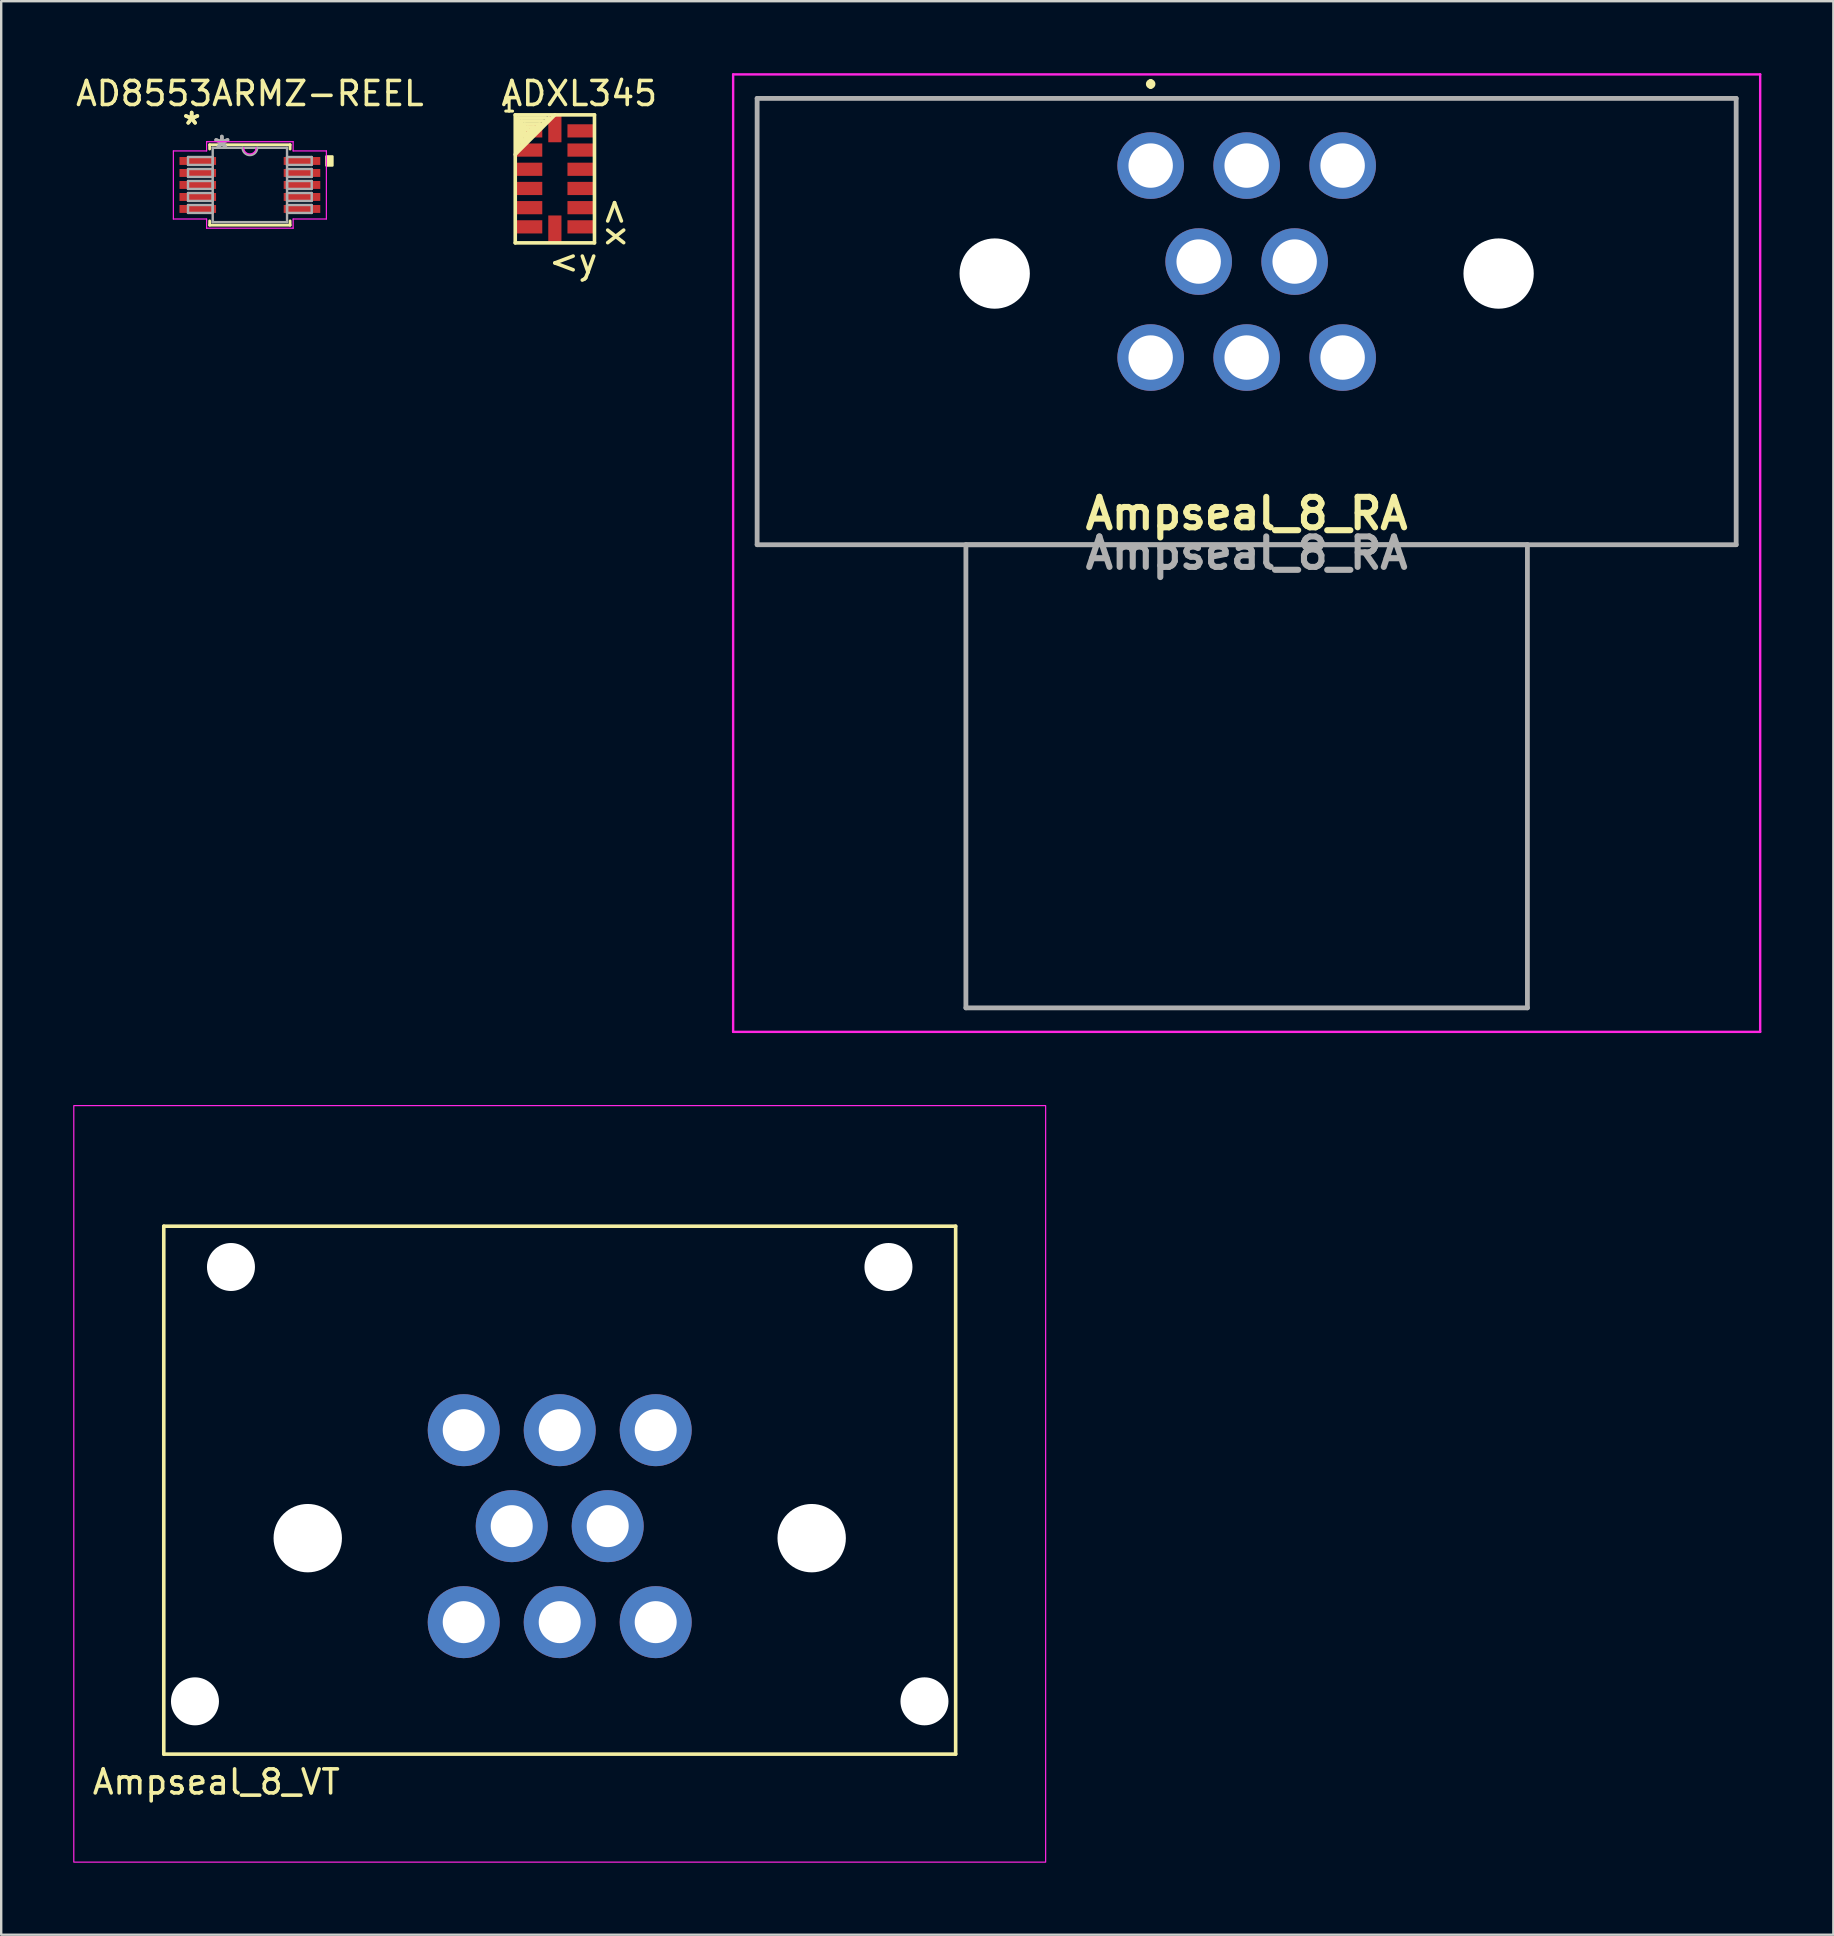
<source format=kicad_pcb>
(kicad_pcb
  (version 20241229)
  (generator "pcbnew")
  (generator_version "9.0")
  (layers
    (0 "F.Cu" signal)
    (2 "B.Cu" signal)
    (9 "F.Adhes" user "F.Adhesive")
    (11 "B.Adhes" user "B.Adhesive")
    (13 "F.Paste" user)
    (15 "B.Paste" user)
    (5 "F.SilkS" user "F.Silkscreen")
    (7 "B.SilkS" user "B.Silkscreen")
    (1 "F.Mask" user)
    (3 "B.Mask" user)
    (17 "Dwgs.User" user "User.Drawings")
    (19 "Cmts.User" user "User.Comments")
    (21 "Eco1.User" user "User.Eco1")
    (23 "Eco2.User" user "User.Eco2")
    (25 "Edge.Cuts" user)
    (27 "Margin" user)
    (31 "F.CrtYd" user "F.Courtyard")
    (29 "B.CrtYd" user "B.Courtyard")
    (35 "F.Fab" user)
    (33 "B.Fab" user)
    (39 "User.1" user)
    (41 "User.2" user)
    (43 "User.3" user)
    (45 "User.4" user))
  (footprint "AD8553ARMZ-REEL"
    (layer "F.Cu")
    (at 7.363 4.658)
    (property "Reference" "AD8553ARMZ-REEL" (at 0 -3.81 0) (layer "F.SilkS") (effects (font (size 1 1) (thickness 0.15))))
    (attr through_hole)
    (fp_line (start -1.676 -1.676) (end -1.676 -1.498) (stroke (width 0.12) (type solid)) (layer "F.SilkS"))
    (fp_line (start -1.676 1.498) (end -1.676 1.676) (stroke (width 0.12) (type solid)) (layer "F.SilkS"))
    (fp_line (start -1.676 1.676) (end 1.676 1.676) (stroke (width 0.12) (type solid)) (layer "F.SilkS"))
    (fp_line (start 1.676 -1.676) (end -1.676 -1.676) (stroke (width 0.12) (type solid)) (layer "F.SilkS"))
    (fp_line (start 1.676 -1.498) (end 1.676 -1.676) (stroke (width 0.12) (type solid)) (layer "F.SilkS"))
    (fp_line (start 1.676 1.676) (end 1.676 1.498) (stroke (width 0.12) (type solid)) (layer "F.SilkS"))
    (fp_poly (pts (xy 3.442 -1.191) (xy 3.442 -0.81) (xy 3.188 -0.81) (xy 3.188 -1.191)) (stroke (width 0.1) (type solid)) (fill yes) (layer "F.SilkS"))
    (fp_line (start -3.188 -1.419) (end -1.803 -1.419) (stroke (width 0.05) (type solid)) (layer "F.CrtYd"))
    (fp_line (start -3.188 1.419) (end -3.188 -1.419) (stroke (width 0.05) (type solid)) (layer "F.CrtYd"))
    (fp_line (start -1.803 -1.803) (end 1.803 -1.803) (stroke (width 0.05) (type solid)) (layer "F.CrtYd"))
    (fp_line (start -1.803 -1.419) (end -1.803 -1.803) (stroke (width 0.05) (type solid)) (layer "F.CrtYd"))
    (fp_line (start -1.803 1.419) (end -3.188 1.419) (stroke (width 0.05) (type solid)) (layer "F.CrtYd"))
    (fp_line (start -1.803 1.803) (end -1.803 1.419) (stroke (width 0.05) (type solid)) (layer "F.CrtYd"))
    (fp_line (start 1.803 -1.803) (end 1.803 -1.419) (stroke (width 0.05) (type solid)) (layer "F.CrtYd"))
    (fp_line (start 1.803 -1.419) (end 3.188 -1.419) (stroke (width 0.05) (type solid)) (layer "F.CrtYd"))
    (fp_line (start 1.803 1.419) (end 1.803 1.803) (stroke (width 0.05) (type solid)) (layer "F.CrtYd"))
    (fp_line (start 1.803 1.803) (end -1.803 1.803) (stroke (width 0.05) (type solid)) (layer "F.CrtYd"))
    (fp_line (start 3.188 -1.419) (end 3.188 1.419) (stroke (width 0.05) (type solid)) (layer "F.CrtYd"))
    (fp_line (start 3.188 1.419) (end 1.803 1.419) (stroke (width 0.05) (type solid)) (layer "F.CrtYd"))
    (fp_arc (start 0.258233 -1.5494) (mid 0 -1.291167) (end -0.258233 -1.5494) (stroke (width 0.05) (type solid)) (layer "F.CrtYd"))
    (fp_line (start -2.578 -1.165) (end -2.578 -0.835) (stroke (width 0.1) (type solid)) (layer "F.Fab"))
    (fp_line (start -2.578 -0.835) (end -1.549 -0.835) (stroke (width 0.1) (type solid)) (layer "F.Fab"))
    (fp_line (start -2.578 -0.665) (end -2.578 -0.335) (stroke (width 0.1) (type solid)) (layer "F.Fab"))
    (fp_line (start -2.578 -0.335) (end -1.549 -0.335) (stroke (width 0.1) (type solid)) (layer "F.Fab"))
    (fp_line (start -2.578 -0.165) (end -2.578 0.165) (stroke (width 0.1) (type solid)) (layer "F.Fab"))
    (fp_line (start -2.578 0.165) (end -1.549 0.165) (stroke (width 0.1) (type solid)) (layer "F.Fab"))
    (fp_line (start -2.578 0.335) (end -2.578 0.665) (stroke (width 0.1) (type solid)) (layer "F.Fab"))
    (fp_line (start -2.578 0.665) (end -1.549 0.665) (stroke (width 0.1) (type solid)) (layer "F.Fab"))
    (fp_line (start -2.578 0.835) (end -2.578 1.165) (stroke (width 0.1) (type solid)) (layer "F.Fab"))
    (fp_line (start -2.578 1.165) (end -1.549 1.165) (stroke (width 0.1) (type solid)) (layer "F.Fab"))
    (fp_line (start -1.549 -1.549) (end -1.549 1.549) (stroke (width 0.1) (type solid)) (layer "F.Fab"))
    (fp_line (start -1.549 -1.165) (end -2.578 -1.165) (stroke (width 0.1) (type solid)) (layer "F.Fab"))
    (fp_line (start -1.549 -0.835) (end -1.549 -1.165) (stroke (width 0.1) (type solid)) (layer "F.Fab"))
    (fp_line (start -1.549 -0.665) (end -2.578 -0.665) (stroke (width 0.1) (type solid)) (layer "F.Fab"))
    (fp_line (start -1.549 -0.335) (end -1.549 -0.665) (stroke (width 0.1) (type solid)) (layer "F.Fab"))
    (fp_line (start -1.549 -0.165) (end -2.578 -0.165) (stroke (width 0.1) (type solid)) (layer "F.Fab"))
    (fp_line (start -1.549 0.165) (end -1.549 -0.165) (stroke (width 0.1) (type solid)) (layer "F.Fab"))
    (fp_line (start -1.549 0.335) (end -2.578 0.335) (stroke (width 0.1) (type solid)) (layer "F.Fab"))
    (fp_line (start -1.549 0.665) (end -1.549 0.335) (stroke (width 0.1) (type solid)) (layer "F.Fab"))
    (fp_line (start -1.549 0.835) (end -2.578 0.835) (stroke (width 0.1) (type solid)) (layer "F.Fab"))
    (fp_line (start -1.549 1.165) (end -1.549 0.835) (stroke (width 0.1) (type solid)) (layer "F.Fab"))
    (fp_line (start -1.549 1.549) (end 1.549 1.549) (stroke (width 0.1) (type solid)) (layer "F.Fab"))
    (fp_line (start 1.549 -1.549) (end -1.549 -1.549) (stroke (width 0.1) (type solid)) (layer "F.Fab"))
    (fp_line (start 1.549 -1.165) (end 1.549 -0.835) (stroke (width 0.1) (type solid)) (layer "F.Fab"))
    (fp_line (start 1.549 -0.835) (end 2.578 -0.835) (stroke (width 0.1) (type solid)) (layer "F.Fab"))
    (fp_line (start 1.549 -0.665) (end 1.549 -0.335) (stroke (width 0.1) (type solid)) (layer "F.Fab"))
    (fp_line (start 1.549 -0.335) (end 2.578 -0.335) (stroke (width 0.1) (type solid)) (layer "F.Fab"))
    (fp_line (start 1.549 -0.165) (end 1.549 0.165) (stroke (width 0.1) (type solid)) (layer "F.Fab"))
    (fp_line (start 1.549 0.165) (end 2.578 0.165) (stroke (width 0.1) (type solid)) (layer "F.Fab"))
    (fp_line (start 1.549 0.335) (end 1.549 0.665) (stroke (width 0.1) (type solid)) (layer "F.Fab"))
    (fp_line (start 1.549 0.665) (end 2.578 0.665) (stroke (width 0.1) (type solid)) (layer "F.Fab"))
    (fp_line (start 1.549 0.835) (end 1.549 1.165) (stroke (width 0.1) (type solid)) (layer "F.Fab"))
    (fp_line (start 1.549 1.165) (end 2.578 1.165) (stroke (width 0.1) (type solid)) (layer "F.Fab"))
    (fp_line (start 1.549 1.549) (end 1.549 -1.549) (stroke (width 0.1) (type solid)) (layer "F.Fab"))
    (fp_line (start 2.578 -1.165) (end 1.549 -1.165) (stroke (width 0.1) (type solid)) (layer "F.Fab"))
    (fp_line (start 2.578 -0.835) (end 2.578 -1.165) (stroke (width 0.1) (type solid)) (layer "F.Fab"))
    (fp_line (start 2.578 -0.665) (end 1.549 -0.665) (stroke (width 0.1) (type solid)) (layer "F.Fab"))
    (fp_line (start 2.578 -0.335) (end 2.578 -0.665) (stroke (width 0.1) (type solid)) (layer "F.Fab"))
    (fp_line (start 2.578 -0.165) (end 1.549 -0.165) (stroke (width 0.1) (type solid)) (layer "F.Fab"))
    (fp_line (start 2.578 0.165) (end 2.578 -0.165) (stroke (width 0.1) (type solid)) (layer "F.Fab"))
    (fp_line (start 2.578 0.335) (end 1.549 0.335) (stroke (width 0.1) (type solid)) (layer "F.Fab"))
    (fp_line (start 2.578 0.665) (end 2.578 0.335) (stroke (width 0.1) (type solid)) (layer "F.Fab"))
    (fp_line (start 2.578 0.835) (end 1.549 0.835) (stroke (width 0.1) (type solid)) (layer "F.Fab"))
    (fp_line (start 2.578 1.165) (end 2.578 0.835) (stroke (width 0.1) (type solid)) (layer "F.Fab"))
    (fp_arc (start 0.3048 -1.5494) (mid 0 -1.2446) (end -0.3048 -1.5494) (stroke (width 0.1) (type solid)) (layer "F.Fab"))
    (fp_text user "*" (at -2.426 -2.473 0) (layer "F.SilkS") (effects (font (size 1 1) (thickness 0.15))))
    (fp_text user "*" (at -2.426 -2.473 0) (layer "F.SilkS") (effects (font (size 1 1) (thickness 0.15))))
    (fp_text user "Copyright 2021 Accelerated Designs. All rights reserved." (at 0 0 0) (layer "Cmts.User") (effects (font (size 0.127 0.127) (thickness 0.002))))
    (fp_text user "*" (at -1.168 -1.473 0) (layer "F.Fab") (effects (font (size 1 1) (thickness 0.15))))
    (fp_text user "*" (at -1.168 -1.473 0) (layer "F.Fab") (effects (font (size 1 1) (thickness 0.15))))
    (pad "1" smd rect (at -2.172 -1) (size 1.524 0.33) (layers "F.Cu" "F.Mask" "F.Paste"))
    (pad "2" smd rect (at -2.172 -0.5) (size 1.524 0.33) (layers "F.Cu" "F.Mask" "F.Paste"))
    (pad "3" smd rect (at -2.172 0) (size 1.524 0.33) (layers "F.Cu" "F.Mask" "F.Paste"))
    (pad "4" smd rect (at -2.172 0.5) (size 1.524 0.33) (layers "F.Cu" "F.Mask" "F.Paste"))
    (pad "5" smd rect (at -2.172 1) (size 1.524 0.33) (layers "F.Cu" "F.Mask" "F.Paste"))
    (pad "6" smd rect (at 2.172 1) (size 1.524 0.33) (layers "F.Cu" "F.Mask" "F.Paste"))
    (pad "7" smd rect (at 2.172 0.5) (size 1.524 0.33) (layers "F.Cu" "F.Mask" "F.Paste"))
    (pad "8" smd rect (at 2.172 0) (size 1.524 0.33) (layers "F.Cu" "F.Mask" "F.Paste"))
    (pad "9" smd rect (at 2.172 -0.5) (size 1.524 0.33) (layers "F.Cu" "F.Mask" "F.Paste"))
    (pad "10" smd rect (at 2.172 -1) (size 1.524 0.33) (layers "F.Cu" "F.Mask" "F.Paste")))
  (footprint "ADXL345"
    (layer "F.Cu")
    (at 20.073 4.404)
    (property "Reference" "ADXL345" (at 1.016 -3.556 0) (layer "F.SilkS") (effects (font (size 1 1) (thickness 0.15))))
    (attr through_hole)
    (fp_line (start -1.651 -2.667) (end 1.651 -2.667) (stroke (width 0.15) (type solid)) (layer "F.SilkS"))
    (fp_line (start -1.651 2.667) (end -1.651 -2.667) (stroke (width 0.15) (type solid)) (layer "F.SilkS"))
    (fp_line (start -1.524 -2.54) (end -1.524 -1.27) (stroke (width 0.15) (type solid)) (layer "F.SilkS"))
    (fp_line (start -1.524 -1.27) (end -0.254 -2.54) (stroke (width 0.15) (type solid)) (layer "F.SilkS"))
    (fp_line (start -1.397 -2.413) (end -1.397 -1.524) (stroke (width 0.15) (type solid)) (layer "F.SilkS"))
    (fp_line (start -1.397 -1.524) (end -0.635 -2.286) (stroke (width 0.15) (type solid)) (layer "F.SilkS"))
    (fp_line (start -1.27 -2.286) (end -1.27 -1.778) (stroke (width 0.15) (type solid)) (layer "F.SilkS"))
    (fp_line (start -1.27 -1.778) (end -0.889 -2.159) (stroke (width 0.15) (type solid)) (layer "F.SilkS"))
    (fp_line (start -1.143 -2.159) (end -1.143 -2.032) (stroke (width 0.15) (type solid)) (layer "F.SilkS"))
    (fp_line (start -0.889 -2.159) (end -1.143 -2.159) (stroke (width 0.15) (type solid)) (layer "F.SilkS"))
    (fp_line (start -0.635 -2.286) (end -1.27 -2.286) (stroke (width 0.15) (type solid)) (layer "F.SilkS"))
    (fp_line (start -0.508 -2.413) (end -1.397 -2.413) (stroke (width 0.15) (type solid)) (layer "F.SilkS"))
    (fp_line (start -0.381 -2.54) (end -1.524 -2.54) (stroke (width 0.15) (type solid)) (layer "F.SilkS"))
    (fp_line (start 0 -2.667) (end -1.651 -1.016) (stroke (width 0.15) (type solid)) (layer "F.SilkS"))
    (fp_line (start 1.651 -2.667) (end 1.651 2.667) (stroke (width 0.15) (type solid)) (layer "F.SilkS"))
    (fp_line (start 1.651 2.667) (end -1.651 2.667) (stroke (width 0.15) (type solid)) (layer "F.SilkS"))
    (fp_text user "x>" (at 2.413 1.778 90) (layer "F.SilkS") (effects (font (size 1 1) (thickness 0.15))))
    (fp_text user "1" (at -1.905 -3.048 0) (layer "F.SilkS") (effects (font (size 0.5 0.5) (thickness 0.125))))
    (fp_text user "<y" (at 0.762 3.429 0) (layer "F.SilkS") (effects (font (size 1 1) (thickness 0.15))))
    (pad "" smd rect (at -1.097 -0.4) (size 1.145 0.55) (layers "F.Cu" "F.Mask" "F.Paste"))
    (pad "" smd rect (at 1.097 -0.4) (size 1.145 0.55) (layers "F.Cu" "F.Mask" "F.Paste"))
    (pad "" smd rect (at 1.097 0.4) (size 1.145 0.55) (layers "F.Cu" "F.Mask" "F.Paste"))
    (pad "1" smd rect (at -1.097 -2) (size 1.145 0.55) (layers "F.Cu" "F.Mask" "F.Paste"))
    (pad "2" smd rect (at -1.097 -1.2) (size 1.145 0.55) (layers "F.Cu" "F.Mask" "F.Paste"))
    (pad "4" smd rect (at -1.097 0.4) (size 1.145 0.55) (layers "F.Cu" "F.Mask" "F.Paste"))
    (pad "5" smd rect (at -1.097 1.2) (size 1.145 0.55) (layers "F.Cu" "F.Mask" "F.Paste"))
    (pad "6" smd rect (at -1.097 2) (size 1.145 0.55) (layers "F.Cu" "F.Mask" "F.Paste"))
    (pad "7" smd rect (at 0 2.098) (size 0.55 1.145) (layers "F.Cu" "F.Mask" "F.Paste"))
    (pad "8" smd rect (at 1.097 2) (size 1.145 0.55) (layers "F.Cu" "F.Mask" "F.Paste"))
    (pad "9" smd rect (at 1.097 1.2) (size 1.145 0.55) (layers "F.Cu" "F.Mask" "F.Paste"))
    (pad "12" smd rect (at 1.097 -1.2) (size 1.145 0.55) (layers "F.Cu" "F.Mask" "F.Paste"))
    (pad "13" smd rect (at 1.097 -2) (size 1.145 0.55) (layers "F.Cu" "F.Mask" "F.Paste"))
    (pad "14" smd rect (at 0 -2.098) (size 0.55 1.145) (layers "F.Cu" "F.Mask" "F.Paste")))
  (footprint "Ampseal_8_VT"
    (layer "F.Cu")
    (at 9.775 61.05)
    (property "Reference" "Ampseal_8_VT" (at -3.81 10.16 0) (layer "F.SilkS") (effects (font (size 1 1) (thickness 0.15))))
    (attr through_hole)
    (fp_line (start -6 -13) (end 27 -13) (stroke (width 0.15) (type solid)) (layer "F.SilkS"))
    (fp_line (start -6 9) (end -6 -13) (stroke (width 0.15) (type solid)) (layer "F.SilkS"))
    (fp_line (start 27 -13) (end 27 9) (stroke (width 0.15) (type solid)) (layer "F.SilkS"))
    (fp_line (start 27 9) (end -6 9) (stroke (width 0.15) (type solid)) (layer "F.SilkS"))
    (fp_rect (start -9.75 -18.025) (end 30.75 13.5) (stroke (width 0.05) (type default)) (fill no) (layer "F.CrtYd"))
    (pad "" np_thru_hole circle (at -4.7 6.8) (size 2 2) (drill 2) (layers "*.Cu" "*.Mask"))
    (pad "" np_thru_hole circle (at -3.2 -11.3) (size 2 2) (drill 2) (layers "*.Cu" "*.Mask"))
    (pad "" np_thru_hole circle (at 0 0) (size 2.85 2.85) (drill 2.85) (layers "*.Cu" "*.Mask"))
    (pad "" np_thru_hole circle (at 21 0) (size 2.85 2.85) (drill 2.85) (layers "*.Cu" "*.Mask"))
    (pad "" np_thru_hole circle (at 24.2 -11.3) (size 2 2) (drill 2) (layers "*.Cu" "*.Mask"))
    (pad "" np_thru_hole circle (at 25.7 6.8) (size 2 2) (drill 2) (layers "*.Cu" "*.Mask"))
    (pad "1" thru_hole circle (at 6.5 -4.5) (size 3 3) (drill 1.75) (layers "*.Cu" "*.Mask"))
    (pad "2" thru_hole circle (at 10.5 -4.5) (size 3 3) (drill 1.75) (layers "*.Cu" "*.Mask"))
    (pad "3" thru_hole circle (at 14.5 -4.5) (size 3 3) (drill 1.75) (layers "*.Cu" "*.Mask"))
    (pad "4" thru_hole circle (at 8.5 -0.5) (size 3 3) (drill 1.75) (layers "*.Cu" "*.Mask"))
    (pad "5" thru_hole circle (at 12.5 -0.5) (size 3 3) (drill 1.75) (layers "*.Cu" "*.Mask"))
    (pad "6" thru_hole circle (at 6.5 3.5) (size 3 3) (drill 1.75) (layers "*.Cu" "*.Mask"))
    (pad "7" thru_hole circle (at 10.5 3.5) (size 3 3) (drill 1.75) (layers "*.Cu" "*.Mask"))
    (pad "8" thru_hole circle (at 14.5 3.5) (size 3 3) (drill 1.75) (layers "*.Cu" "*.Mask")))
  (footprint "Ampseal_8_RA"
    (layer "F.Cu")
    (at 44.902 3.85)
    (property "Reference" "Ampseal_8_RA" (at 4 14.5 0) (layer "F.SilkS") (effects (font (size 1.27 1.27) (thickness 0.254))))
    (attr through_hole)
    (fp_line (start -16.4 -2.8) (end 24.4 -2.8) (stroke (width 0.1) (type solid)) (layer "F.SilkS"))
    (fp_line (start -16.4 15.8) (end -16.4 -2.8) (stroke (width 0.1) (type solid)) (layer "F.SilkS"))
    (fp_line (start 0 -3.5) (end 0 -3.5) (stroke (width 0.2) (type solid)) (layer "F.SilkS"))
    (fp_line (start 0 -3.3) (end 0 -3.3) (stroke (width 0.2) (type solid)) (layer "F.SilkS"))
    (fp_line (start 24.4 -2.8) (end 24.4 15.8) (stroke (width 0.1) (type solid)) (layer "F.SilkS"))
    (fp_line (start 24.4 15.8) (end -16.4 15.8) (stroke (width 0.1) (type solid)) (layer "F.SilkS"))
    (fp_arc (start 0 -3.5) (mid 0.1 -3.4) (end 0 -3.3) (stroke (width 0.2) (type solid)) (layer "F.SilkS"))
    (fp_arc (start 0 -3.3) (mid -0.1 -3.4) (end 0 -3.5) (stroke (width 0.2) (type solid)) (layer "F.SilkS"))
    (fp_line (start -17.4 -3.8) (end 25.4 -3.8) (stroke (width 0.1) (type solid)) (layer "F.CrtYd"))
    (fp_line (start -17.4 36.1) (end -17.4 -3.8) (stroke (width 0.1) (type solid)) (layer "F.CrtYd"))
    (fp_line (start 25.4 -3.8) (end 25.4 36.1) (stroke (width 0.1) (type solid)) (layer "F.CrtYd"))
    (fp_line (start 25.4 36.1) (end -17.4 36.1) (stroke (width 0.1) (type solid)) (layer "F.CrtYd"))
    (fp_line (start -16.4 -2.8) (end 24.4 -2.8) (stroke (width 0.2) (type solid)) (layer "F.Fab"))
    (fp_line (start -16.4 15.8) (end -16.4 -2.8) (stroke (width 0.2) (type solid)) (layer "F.Fab"))
    (fp_line (start -7.7 15.8) (end 15.7 15.8) (stroke (width 0.2) (type solid)) (layer "F.Fab"))
    (fp_line (start -7.7 35.1) (end -7.7 15.8) (stroke (width 0.2) (type solid)) (layer "F.Fab"))
    (fp_line (start 15.7 15.8) (end 15.7 35.1) (stroke (width 0.2) (type solid)) (layer "F.Fab"))
    (fp_line (start 15.7 35.1) (end -7.7 35.1) (stroke (width 0.2) (type solid)) (layer "F.Fab"))
    (fp_line (start 24.4 -2.8) (end 24.4 15.8) (stroke (width 0.2) (type solid)) (layer "F.Fab"))
    (fp_line (start 24.4 15.8) (end -16.4 15.8) (stroke (width 0.2) (type solid)) (layer "F.Fab"))
    (fp_text user "${REFERENCE}" (at 4 16.15 0) (layer "F.Fab") (effects (font (size 1.27 1.27) (thickness 0.254))))
    (pad "" np_thru_hole circle (at -6.5 4.5) (size 2.93 2.93) (drill 2.93) (layers "*.Cu" "*.Mask"))
    (pad "" np_thru_hole circle (at 14.5 4.5) (size 2.93 2.93) (drill 2.93) (layers "*.Cu" "*.Mask"))
    (pad "1" thru_hole circle (at 0 0) (size 2.775 2.775) (drill 1.85) (layers "*.Cu" "*.Mask"))
    (pad "2" thru_hole circle (at 4 0) (size 2.775 2.775) (drill 1.85) (layers "*.Cu" "*.Mask"))
    (pad "3" thru_hole circle (at 8 0) (size 2.775 2.775) (drill 1.85) (layers "*.Cu" "*.Mask"))
    (pad "4" thru_hole circle (at 2 4) (size 2.775 2.775) (drill 1.85) (layers "*.Cu" "*.Mask"))
    (pad "5" thru_hole circle (at 6 4) (size 2.775 2.775) (drill 1.85) (layers "*.Cu" "*.Mask"))
    (pad "6" thru_hole circle (at 0 8) (size 2.775 2.775) (drill 1.85) (layers "*.Cu" "*.Mask"))
    (pad "7" thru_hole circle (at 4 8) (size 2.775 2.775) (drill 1.85) (layers "*.Cu" "*.Mask"))
    (pad "8" thru_hole circle (at 8 8) (size 2.775 2.775) (drill 1.85) (layers "*.Cu" "*.Mask")))
  (gr_rect
    (start -3 -3)
    (end 73.352 77.575)
    (stroke (width 0.1) (type default))
    (fill no)
    (layer "Edge.Cuts")))
</source>
